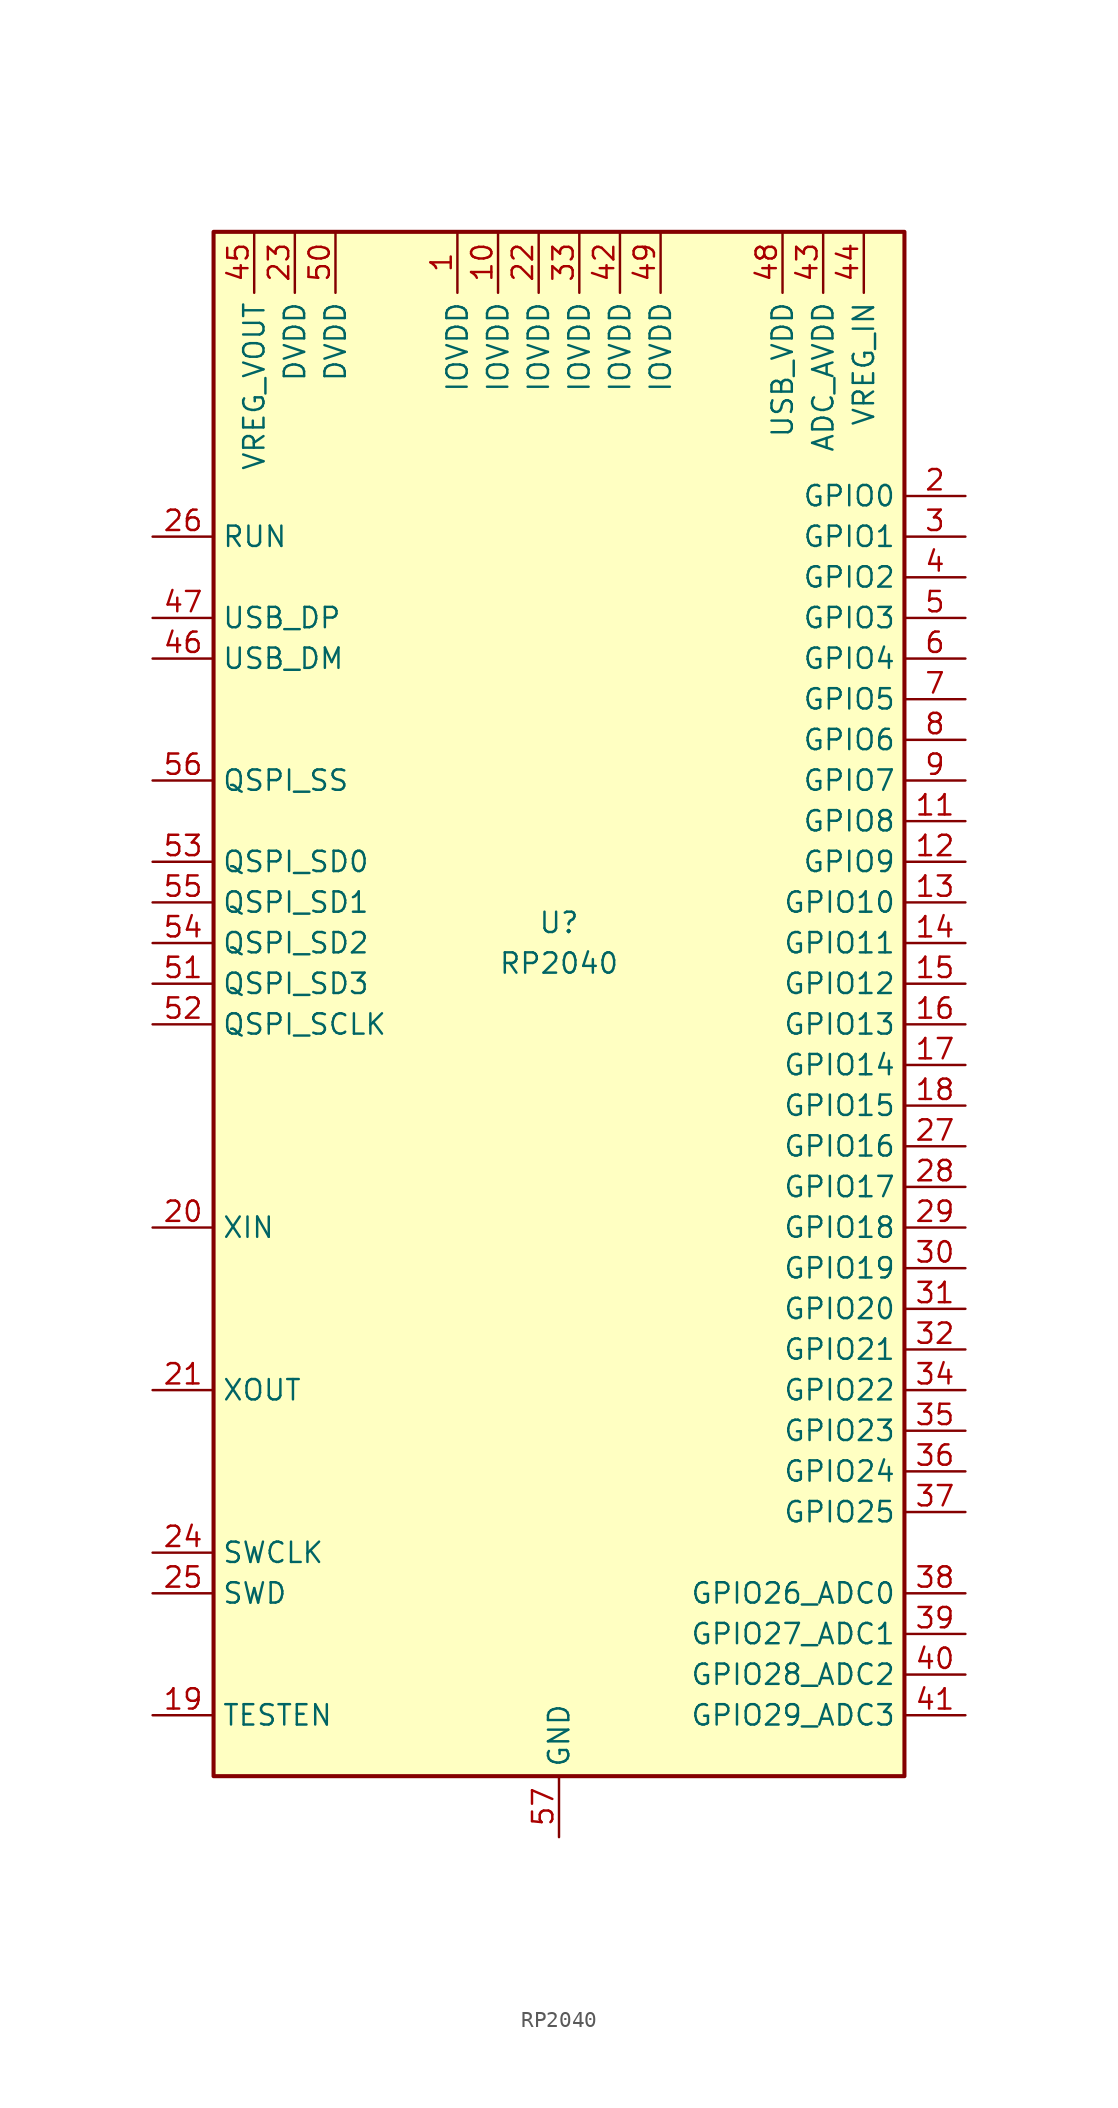
<source format=kicad_sym>
(kicad_symbol_lib
  (version 20220914)
  (generator kicad_symbol_editor)
  (symbol "RP2040"
    (property "Reference" "U"
      (at 0 11.43 0)
      (effects (font (size 1.27 1.27))))
    (property "Value" "RP2040"
      (at 0 8.89 0)
      (effects (font (size 1.27 1.27))))
    (symbol "RP2040_0_1"
      (rectangle (start -21.59 54.61) (end 21.59 -41.91) (stroke (width 0.254) (type default)) (fill (type background))))
    (symbol "RP2040_1_1"
      (pin power_in line (at -6.35 54.61 270) (length 3.81) (name "IOVDD" (effects (font (size 1.27 1.27)))) (number "1" (effects (font (size 1.27 1.27)))))
      (pin power_in line (at -3.81 54.61 270) (length 3.81) (name "IOVDD" (effects (font (size 1.27 1.27)))) (number "10" (effects (font (size 1.27 1.27)))))
      (pin bidirectional line (at 25.4 17.78 180) (length 3.81) (name "GPIO8" (effects (font (size 1.27 1.27)))) (number "11" (effects (font (size 1.27 1.27)))))
      (pin bidirectional line (at 25.4 15.24 180) (length 3.81) (name "GPIO9" (effects (font (size 1.27 1.27)))) (number "12" (effects (font (size 1.27 1.27)))))
      (pin bidirectional line (at 25.4 12.7 180) (length 3.81) (name "GPIO10" (effects (font (size 1.27 1.27)))) (number "13" (effects (font (size 1.27 1.27)))))
      (pin bidirectional line (at 25.4 10.16 180) (length 3.81) (name "GPIO11" (effects (font (size 1.27 1.27)))) (number "14" (effects (font (size 1.27 1.27)))))
      (pin bidirectional line (at 25.4 7.62 180) (length 3.81) (name "GPIO12" (effects (font (size 1.27 1.27)))) (number "15" (effects (font (size 1.27 1.27)))))
      (pin bidirectional line (at 25.4 5.08 180) (length 3.81) (name "GPIO13" (effects (font (size 1.27 1.27)))) (number "16" (effects (font (size 1.27 1.27)))))
      (pin bidirectional line (at 25.4 2.54 180) (length 3.81) (name "GPIO14" (effects (font (size 1.27 1.27)))) (number "17" (effects (font (size 1.27 1.27)))))
      (pin bidirectional line (at 25.4 0 180) (length 3.81) (name "GPIO15" (effects (font (size 1.27 1.27)))) (number "18" (effects (font (size 1.27 1.27)))))
      (pin input line (at -25.4 -38.1 0) (length 3.81) (name "TESTEN" (effects (font (size 1.27 1.27)))) (number "19" (effects (font (size 1.27 1.27)))))
      (pin bidirectional line (at 25.4 38.1 180) (length 3.81) (name "GPIO0" (effects (font (size 1.27 1.27)))) (number "2" (effects (font (size 1.27 1.27)))))
      (pin input line (at -25.4 -7.62 0) (length 3.81) (name "XIN" (effects (font (size 1.27 1.27)))) (number "20" (effects (font (size 1.27 1.27)))))
      (pin passive line (at -25.4 -17.78 0) (length 3.81) (name "XOUT" (effects (font (size 1.27 1.27)))) (number "21" (effects (font (size 1.27 1.27)))))
      (pin power_in line (at -1.27 54.61 270) (length 3.81) (name "IOVDD" (effects (font (size 1.27 1.27)))) (number "22" (effects (font (size 1.27 1.27)))))
      (pin power_in line (at -16.51 54.61 270) (length 3.81) (name "DVDD" (effects (font (size 1.27 1.27)))) (number "23" (effects (font (size 1.27 1.27)))))
      (pin input line (at -25.4 -27.94 0) (length 3.81) (name "SWCLK" (effects (font (size 1.27 1.27)))) (number "24" (effects (font (size 1.27 1.27)))))
      (pin bidirectional line (at -25.4 -30.48 0) (length 3.81) (name "SWD" (effects (font (size 1.27 1.27)))) (number "25" (effects (font (size 1.27 1.27)))))
      (pin input line (at -25.4 35.56 0) (length 3.81) (name "RUN" (effects (font (size 1.27 1.27)))) (number "26" (effects (font (size 1.27 1.27)))))
      (pin bidirectional line (at 25.4 -2.54 180) (length 3.81) (name "GPIO16" (effects (font (size 1.27 1.27)))) (number "27" (effects (font (size 1.27 1.27)))))
      (pin bidirectional line (at 25.4 -5.08 180) (length 3.81) (name "GPIO17" (effects (font (size 1.27 1.27)))) (number "28" (effects (font (size 1.27 1.27)))))
      (pin bidirectional line (at 25.4 -7.62 180) (length 3.81) (name "GPIO18" (effects (font (size 1.27 1.27)))) (number "29" (effects (font (size 1.27 1.27)))))
      (pin bidirectional line (at 25.4 35.56 180) (length 3.81) (name "GPIO1" (effects (font (size 1.27 1.27)))) (number "3" (effects (font (size 1.27 1.27)))))
      (pin bidirectional line (at 25.4 -10.16 180) (length 3.81) (name "GPIO19" (effects (font (size 1.27 1.27)))) (number "30" (effects (font (size 1.27 1.27)))))
      (pin bidirectional line (at 25.4 -12.7 180) (length 3.81) (name "GPIO20" (effects (font (size 1.27 1.27)))) (number "31" (effects (font (size 1.27 1.27)))))
      (pin bidirectional line (at 25.4 -15.24 180) (length 3.81) (name "GPIO21" (effects (font (size 1.27 1.27)))) (number "32" (effects (font (size 1.27 1.27)))))
      (pin power_in line (at 1.27 54.61 270) (length 3.81) (name "IOVDD" (effects (font (size 1.27 1.27)))) (number "33" (effects (font (size 1.27 1.27)))))
      (pin bidirectional line (at 25.4 -17.78 180) (length 3.81) (name "GPIO22" (effects (font (size 1.27 1.27)))) (number "34" (effects (font (size 1.27 1.27)))))
      (pin bidirectional line (at 25.4 -20.32 180) (length 3.81) (name "GPIO23" (effects (font (size 1.27 1.27)))) (number "35" (effects (font (size 1.27 1.27)))))
      (pin bidirectional line (at 25.4 -22.86 180) (length 3.81) (name "GPIO24" (effects (font (size 1.27 1.27)))) (number "36" (effects (font (size 1.27 1.27)))))
      (pin bidirectional line (at 25.4 -25.4 180) (length 3.81) (name "GPIO25" (effects (font (size 1.27 1.27)))) (number "37" (effects (font (size 1.27 1.27)))))
      (pin bidirectional line (at 25.4 -30.48 180) (length 3.81) (name "GPIO26_ADC0" (effects (font (size 1.27 1.27)))) (number "38" (effects (font (size 1.27 1.27)))))
      (pin bidirectional line (at 25.4 -33.02 180) (length 3.81) (name "GPIO27_ADC1" (effects (font (size 1.27 1.27)))) (number "39" (effects (font (size 1.27 1.27)))))
      (pin bidirectional line (at 25.4 33.02 180) (length 3.81) (name "GPIO2" (effects (font (size 1.27 1.27)))) (number "4" (effects (font (size 1.27 1.27)))))
      (pin bidirectional line (at 25.4 -35.56 180) (length 3.81) (name "GPIO28_ADC2" (effects (font (size 1.27 1.27)))) (number "40" (effects (font (size 1.27 1.27)))))
      (pin bidirectional line (at 25.4 -38.1 180) (length 3.81) (name "GPIO29_ADC3" (effects (font (size 1.27 1.27)))) (number "41" (effects (font (size 1.27 1.27)))))
      (pin power_in line (at 3.81 54.61 270) (length 3.81) (name "IOVDD" (effects (font (size 1.27 1.27)))) (number "42" (effects (font (size 1.27 1.27)))))
      (pin power_in line (at 16.51 54.61 270) (length 3.81) (name "ADC_AVDD" (effects (font (size 1.27 1.27)))) (number "43" (effects (font (size 1.27 1.27)))))
      (pin power_in line (at 19.05 54.61 270) (length 3.81) (name "VREG_IN" (effects (font (size 1.27 1.27)))) (number "44" (effects (font (size 1.27 1.27)))))
      (pin power_out line (at -19.05 54.61 270) (length 3.81) (name "VREG_VOUT" (effects (font (size 1.27 1.27)))) (number "45" (effects (font (size 1.27 1.27)))))
      (pin bidirectional line (at -25.4 27.94 0) (length 3.81) (name "USB_DM" (effects (font (size 1.27 1.27)))) (number "46" (effects (font (size 1.27 1.27)))))
      (pin bidirectional line (at -25.4 30.48 0) (length 3.81) (name "USB_DP" (effects (font (size 1.27 1.27)))) (number "47" (effects (font (size 1.27 1.27)))))
      (pin power_in line (at 13.97 54.61 270) (length 3.81) (name "USB_VDD" (effects (font (size 1.27 1.27)))) (number "48" (effects (font (size 1.27 1.27)))))
      (pin power_in line (at 6.35 54.61 270) (length 3.81) (name "IOVDD" (effects (font (size 1.27 1.27)))) (number "49" (effects (font (size 1.27 1.27)))))
      (pin bidirectional line (at 25.4 30.48 180) (length 3.81) (name "GPIO3" (effects (font (size 1.27 1.27)))) (number "5" (effects (font (size 1.27 1.27)))))
      (pin power_in line (at -13.97 54.61 270) (length 3.81) (name "DVDD" (effects (font (size 1.27 1.27)))) (number "50" (effects (font (size 1.27 1.27)))))
      (pin bidirectional line (at -25.4 7.62 0) (length 3.81) (name "QSPI_SD3" (effects (font (size 1.27 1.27)))) (number "51" (effects (font (size 1.27 1.27)))))
      (pin output line (at -25.4 5.08 0) (length 3.81) (name "QSPI_SCLK" (effects (font (size 1.27 1.27)))) (number "52" (effects (font (size 1.27 1.27)))))
      (pin bidirectional line (at -25.4 15.24 0) (length 3.81) (name "QSPI_SD0" (effects (font (size 1.27 1.27)))) (number "53" (effects (font (size 1.27 1.27)))))
      (pin bidirectional line (at -25.4 10.16 0) (length 3.81) (name "QSPI_SD2" (effects (font (size 1.27 1.27)))) (number "54" (effects (font (size 1.27 1.27)))))
      (pin bidirectional line (at -25.4 12.7 0) (length 3.81) (name "QSPI_SD1" (effects (font (size 1.27 1.27)))) (number "55" (effects (font (size 1.27 1.27)))))
      (pin bidirectional line (at -25.4 20.32 0) (length 3.81) (name "QSPI_SS" (effects (font (size 1.27 1.27)))) (number "56" (effects (font (size 1.27 1.27)))))
      (pin power_in line (at 0 -45.72 90) (length 3.81) (name "GND" (effects (font (size 1.27 1.27)))) (number "57" (effects (font (size 1.27 1.27)))))
      (pin bidirectional line (at 25.4 27.94 180) (length 3.81) (name "GPIO4" (effects (font (size 1.27 1.27)))) (number "6" (effects (font (size 1.27 1.27)))))
      (pin bidirectional line (at 25.4 25.4 180) (length 3.81) (name "GPIO5" (effects (font (size 1.27 1.27)))) (number "7" (effects (font (size 1.27 1.27)))))
      (pin bidirectional line (at 25.4 22.86 180) (length 3.81) (name "GPIO6" (effects (font (size 1.27 1.27)))) (number "8" (effects (font (size 1.27 1.27)))))
      (pin bidirectional line (at 25.4 20.32 180) (length 3.81) (name "GPIO7" (effects (font (size 1.27 1.27)))) (number "9" (effects (font (size 1.27 1.27))))))))
</source>
